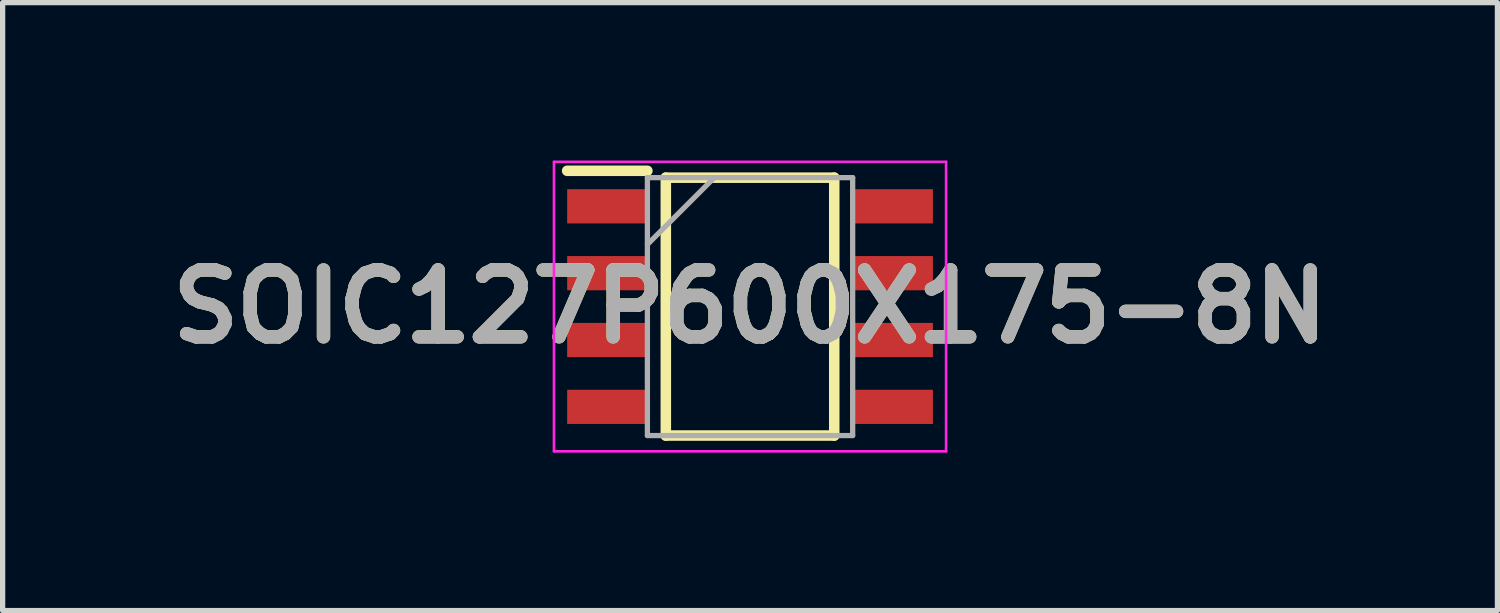
<source format=kicad_pcb>
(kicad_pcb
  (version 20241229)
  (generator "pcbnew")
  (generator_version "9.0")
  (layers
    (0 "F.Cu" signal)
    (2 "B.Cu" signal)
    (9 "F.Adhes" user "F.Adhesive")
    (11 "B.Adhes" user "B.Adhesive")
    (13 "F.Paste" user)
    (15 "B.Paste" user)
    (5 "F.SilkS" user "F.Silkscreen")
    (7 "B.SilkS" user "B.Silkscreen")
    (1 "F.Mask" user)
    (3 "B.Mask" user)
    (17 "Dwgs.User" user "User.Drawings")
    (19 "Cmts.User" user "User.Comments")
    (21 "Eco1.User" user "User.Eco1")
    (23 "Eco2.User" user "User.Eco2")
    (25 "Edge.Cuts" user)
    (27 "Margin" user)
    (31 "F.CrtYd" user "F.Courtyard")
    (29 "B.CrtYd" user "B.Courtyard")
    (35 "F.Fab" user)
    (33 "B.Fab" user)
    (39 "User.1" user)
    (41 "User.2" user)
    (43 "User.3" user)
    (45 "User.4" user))
  (footprint "SOIC127P600X175-8N"
    (layer "F.Cu")
    (at 11.2 2.775)
    (property "Reference" "SOIC127P600X175-8N" (at 0 0 0) (layer "F.SilkS") (effects (font (size 1.27 1.27) (thickness 0.254))))
    (attr smd)
    (fp_line (start -3.475 -2.58) (end -1.95 -2.58) (stroke (width 0.2) (type solid)) (layer "F.SilkS"))
    (fp_line (start -1.6 -2.45) (end 1.6 -2.45) (stroke (width 0.2) (type solid)) (layer "F.SilkS"))
    (fp_line (start -1.6 2.45) (end -1.6 -2.45) (stroke (width 0.2) (type solid)) (layer "F.SilkS"))
    (fp_line (start 1.6 -2.45) (end 1.6 2.45) (stroke (width 0.2) (type solid)) (layer "F.SilkS"))
    (fp_line (start 1.6 2.45) (end -1.6 2.45) (stroke (width 0.2) (type solid)) (layer "F.SilkS"))
    (fp_line (start -3.725 -2.75) (end 3.725 -2.75) (stroke (width 0.05) (type solid)) (layer "F.CrtYd"))
    (fp_line (start -3.725 2.75) (end -3.725 -2.75) (stroke (width 0.05) (type solid)) (layer "F.CrtYd"))
    (fp_line (start 3.725 -2.75) (end 3.725 2.75) (stroke (width 0.05) (type solid)) (layer "F.CrtYd"))
    (fp_line (start 3.725 2.75) (end -3.725 2.75) (stroke (width 0.05) (type solid)) (layer "F.CrtYd"))
    (fp_line (start -1.95 -2.45) (end 1.95 -2.45) (stroke (width 0.1) (type solid)) (layer "F.Fab"))
    (fp_line (start -1.95 -1.18) (end -0.68 -2.45) (stroke (width 0.1) (type solid)) (layer "F.Fab"))
    (fp_line (start -1.95 2.45) (end -1.95 -2.45) (stroke (width 0.1) (type solid)) (layer "F.Fab"))
    (fp_line (start 1.95 -2.45) (end 1.95 2.45) (stroke (width 0.1) (type solid)) (layer "F.Fab"))
    (fp_line (start 1.95 2.45) (end -1.95 2.45) (stroke (width 0.1) (type solid)) (layer "F.Fab"))
    (fp_text user "${REFERENCE}" (at 0 0 0) (layer "F.Fab") (effects (font (size 1.27 1.27) (thickness 0.254))))
    (pad "1" smd rect (at -2.712 -1.905 90) (size 0.65 1.525) (layers "F.Cu" "F.Mask" "F.Paste"))
    (pad "2" smd rect (at -2.712 -0.635 90) (size 0.65 1.525) (layers "F.Cu" "F.Mask" "F.Paste"))
    (pad "3" smd rect (at -2.712 0.635 90) (size 0.65 1.525) (layers "F.Cu" "F.Mask" "F.Paste"))
    (pad "4" smd rect (at -2.712 1.905 90) (size 0.65 1.525) (layers "F.Cu" "F.Mask" "F.Paste"))
    (pad "5" smd rect (at 2.712 1.905 90) (size 0.65 1.525) (layers "F.Cu" "F.Mask" "F.Paste"))
    (pad "6" smd rect (at 2.712 0.635 90) (size 0.65 1.525) (layers "F.Cu" "F.Mask" "F.Paste"))
    (pad "7" smd rect (at 2.712 -0.635 90) (size 0.65 1.525) (layers "F.Cu" "F.Mask" "F.Paste"))
    (pad "8" smd rect (at 2.712 -1.905 90) (size 0.65 1.525) (layers "F.Cu" "F.Mask" "F.Paste")))
  (gr_rect
    (start -3 -3)
    (end 25.4 8.55)
    (stroke (width 0.1) (type default))
    (fill no)
    (layer "Edge.Cuts")))
</source>
